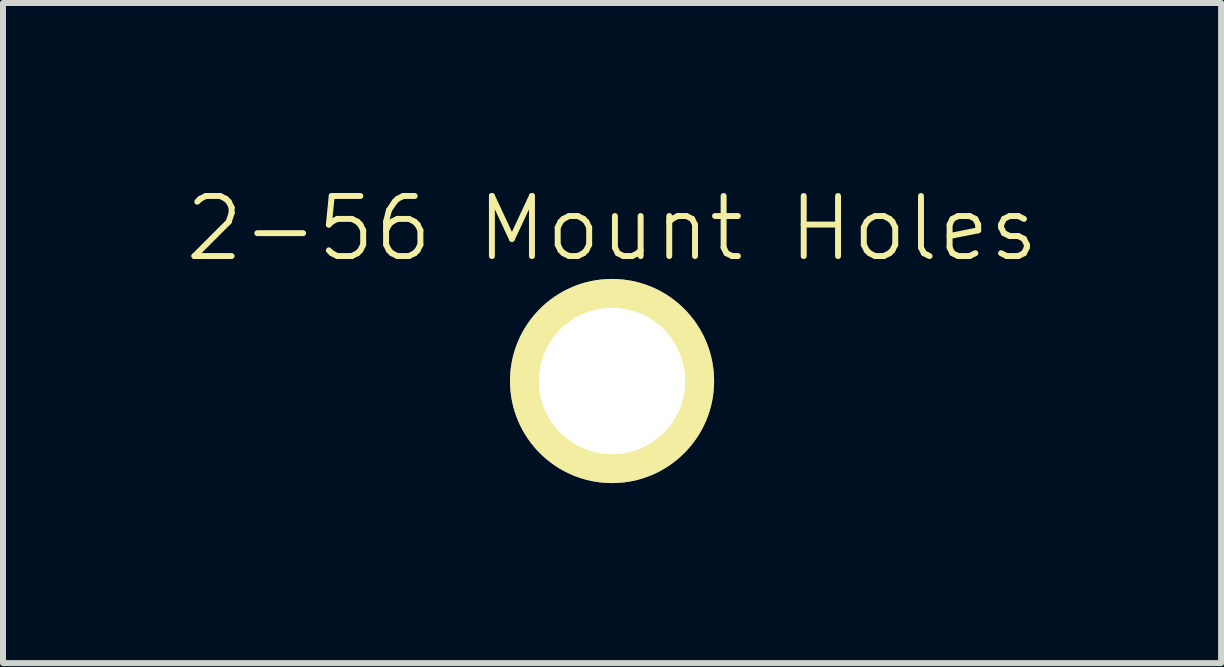
<source format=kicad_pcb>
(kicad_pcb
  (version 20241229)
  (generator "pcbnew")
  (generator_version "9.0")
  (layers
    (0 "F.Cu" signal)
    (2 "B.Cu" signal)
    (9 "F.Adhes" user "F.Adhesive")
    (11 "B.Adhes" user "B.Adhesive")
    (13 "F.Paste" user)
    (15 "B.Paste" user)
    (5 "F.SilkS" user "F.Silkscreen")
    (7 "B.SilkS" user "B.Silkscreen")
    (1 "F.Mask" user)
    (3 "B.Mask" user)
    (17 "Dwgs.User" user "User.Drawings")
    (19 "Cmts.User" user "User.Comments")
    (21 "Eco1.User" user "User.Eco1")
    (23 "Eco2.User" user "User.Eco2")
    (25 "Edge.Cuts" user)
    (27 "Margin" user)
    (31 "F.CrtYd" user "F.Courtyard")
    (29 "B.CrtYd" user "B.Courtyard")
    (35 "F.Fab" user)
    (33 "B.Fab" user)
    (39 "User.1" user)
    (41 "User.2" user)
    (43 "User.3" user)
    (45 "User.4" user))
  (footprint "2-56 Mount Holes"
    (layer "F.Cu")
    (at 7.149 3.299)
    (property "Reference" "2-56 Mount Holes" (at 0 -2.54 0) (layer "F.SilkS") (effects (font (size 1.001 1.001) (thickness 0.099))))
    (attr through_hole)
    (pad "1" thru_hole circle (at 0 0) (size 3.401 3.401) (drill 2.438) (layers "*.Cu" "*.Mask" "F.SilkS")))
  (gr_rect
    (start -3 -3)
    (end 17.298 8)
    (stroke (width 0.1) (type default))
    (fill no)
    (layer "Edge.Cuts")))
</source>
